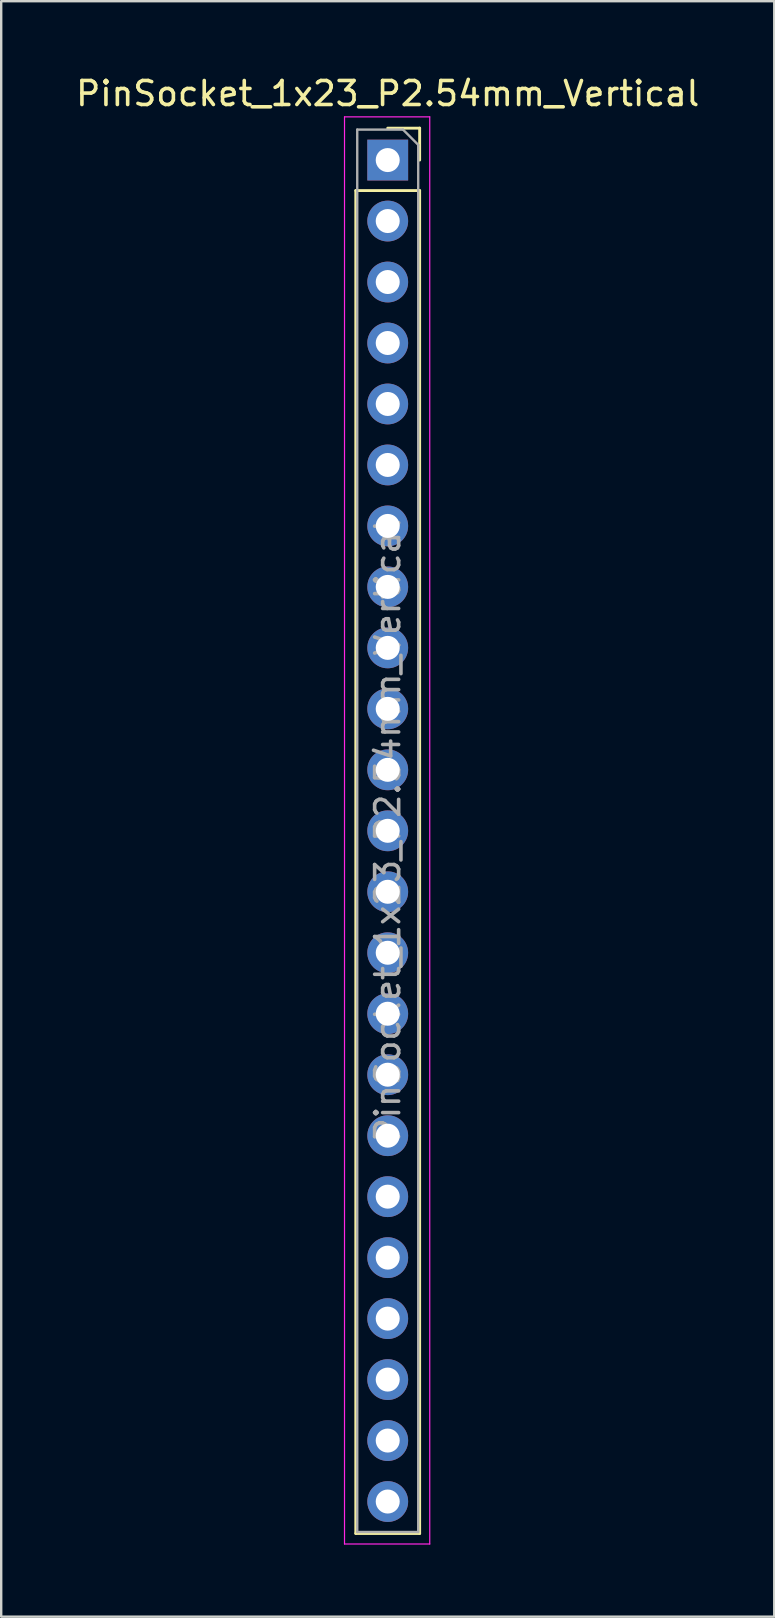
<source format=kicad_pcb>
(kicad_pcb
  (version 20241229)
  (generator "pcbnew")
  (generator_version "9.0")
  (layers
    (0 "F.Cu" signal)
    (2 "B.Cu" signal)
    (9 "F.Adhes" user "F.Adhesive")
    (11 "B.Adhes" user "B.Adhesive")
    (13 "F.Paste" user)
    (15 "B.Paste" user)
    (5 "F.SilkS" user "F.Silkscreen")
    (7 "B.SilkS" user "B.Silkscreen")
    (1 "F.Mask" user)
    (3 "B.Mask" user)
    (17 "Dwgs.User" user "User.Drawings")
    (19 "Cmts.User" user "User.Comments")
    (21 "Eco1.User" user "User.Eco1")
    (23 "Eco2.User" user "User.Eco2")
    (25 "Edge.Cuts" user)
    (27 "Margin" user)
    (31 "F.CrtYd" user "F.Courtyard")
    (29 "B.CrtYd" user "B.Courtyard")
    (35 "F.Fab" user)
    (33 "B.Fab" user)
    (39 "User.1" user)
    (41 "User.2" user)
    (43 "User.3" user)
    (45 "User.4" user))
  (footprint "PinSocket_1x23_P2.54mm_Vertical"
    (layer "F.Cu")
    (at 13.101 3.618)
    (property "Reference" "PinSocket_1x23_P2.54mm_Vertical" (at 0 -2.77 0) (layer "F.SilkS") (effects (font (size 1 1) (thickness 0.15))))
    (attr through_hole)
    (fp_line (start -1.33 1.27) (end -1.33 57.21) (stroke (width 0.12) (type solid)) (layer "F.SilkS"))
    (fp_line (start -1.33 1.27) (end 1.33 1.27) (stroke (width 0.12) (type solid)) (layer "F.SilkS"))
    (fp_line (start -1.33 57.21) (end 1.33 57.21) (stroke (width 0.12) (type solid)) (layer "F.SilkS"))
    (fp_line (start 0 -1.33) (end 1.33 -1.33) (stroke (width 0.12) (type solid)) (layer "F.SilkS"))
    (fp_line (start 1.33 -1.33) (end 1.33 0) (stroke (width 0.12) (type solid)) (layer "F.SilkS"))
    (fp_line (start 1.33 1.27) (end 1.33 57.21) (stroke (width 0.12) (type solid)) (layer "F.SilkS"))
    (fp_line (start -1.8 -1.8) (end 1.75 -1.8) (stroke (width 0.05) (type solid)) (layer "F.CrtYd"))
    (fp_line (start -1.8 57.65) (end -1.8 -1.8) (stroke (width 0.05) (type solid)) (layer "F.CrtYd"))
    (fp_line (start 1.75 -1.8) (end 1.75 57.65) (stroke (width 0.05) (type solid)) (layer "F.CrtYd"))
    (fp_line (start 1.75 57.65) (end -1.8 57.65) (stroke (width 0.05) (type solid)) (layer "F.CrtYd"))
    (fp_line (start -1.27 -1.27) (end 0.635 -1.27) (stroke (width 0.1) (type solid)) (layer "F.Fab"))
    (fp_line (start -1.27 57.15) (end -1.27 -1.27) (stroke (width 0.1) (type solid)) (layer "F.Fab"))
    (fp_line (start 0.635 -1.27) (end 1.27 -0.635) (stroke (width 0.1) (type solid)) (layer "F.Fab"))
    (fp_line (start 1.27 -0.635) (end 1.27 57.15) (stroke (width 0.1) (type solid)) (layer "F.Fab"))
    (fp_line (start 1.27 57.15) (end -1.27 57.15) (stroke (width 0.1) (type solid)) (layer "F.Fab"))
    (fp_text user "${REFERENCE}" (at 0 27.94 90) (layer "F.Fab") (effects (font (size 1 1) (thickness 0.15))))
    (pad "1" thru_hole rect (at 0 0) (size 1.7 1.7) (drill 1) (layers "*.Cu" "*.Mask"))
    (pad "2" thru_hole circle (at 0 2.54) (size 1.7 1.7) (drill 1) (layers "*.Cu" "*.Mask"))
    (pad "3" thru_hole circle (at 0 5.08) (size 1.7 1.7) (drill 1) (layers "*.Cu" "*.Mask"))
    (pad "4" thru_hole circle (at 0 7.62) (size 1.7 1.7) (drill 1) (layers "*.Cu" "*.Mask"))
    (pad "5" thru_hole circle (at 0 10.16) (size 1.7 1.7) (drill 1) (layers "*.Cu" "*.Mask"))
    (pad "6" thru_hole circle (at 0 12.7) (size 1.7 1.7) (drill 1) (layers "*.Cu" "*.Mask"))
    (pad "7" thru_hole circle (at 0 15.24) (size 1.7 1.7) (drill 1) (layers "*.Cu" "*.Mask"))
    (pad "8" thru_hole circle (at 0 17.78) (size 1.7 1.7) (drill 1) (layers "*.Cu" "*.Mask"))
    (pad "9" thru_hole circle (at 0 20.32) (size 1.7 1.7) (drill 1) (layers "*.Cu" "*.Mask"))
    (pad "10" thru_hole circle (at 0 22.86) (size 1.7 1.7) (drill 1) (layers "*.Cu" "*.Mask"))
    (pad "11" thru_hole circle (at 0 25.4) (size 1.7 1.7) (drill 1) (layers "*.Cu" "*.Mask"))
    (pad "12" thru_hole circle (at 0 27.94) (size 1.7 1.7) (drill 1) (layers "*.Cu" "*.Mask"))
    (pad "13" thru_hole circle (at 0 30.48) (size 1.7 1.7) (drill 1) (layers "*.Cu" "*.Mask"))
    (pad "14" thru_hole circle (at 0 33.02) (size 1.7 1.7) (drill 1) (layers "*.Cu" "*.Mask"))
    (pad "15" thru_hole circle (at 0 35.56) (size 1.7 1.7) (drill 1) (layers "*.Cu" "*.Mask"))
    (pad "16" thru_hole circle (at 0 38.1) (size 1.7 1.7) (drill 1) (layers "*.Cu" "*.Mask"))
    (pad "17" thru_hole circle (at 0 40.64) (size 1.7 1.7) (drill 1) (layers "*.Cu" "*.Mask"))
    (pad "18" thru_hole circle (at 0 43.18) (size 1.7 1.7) (drill 1) (layers "*.Cu" "*.Mask"))
    (pad "19" thru_hole circle (at 0 45.72) (size 1.7 1.7) (drill 1) (layers "*.Cu" "*.Mask"))
    (pad "20" thru_hole circle (at 0 48.26) (size 1.7 1.7) (drill 1) (layers "*.Cu" "*.Mask"))
    (pad "21" thru_hole circle (at 0 50.8) (size 1.7 1.7) (drill 1) (layers "*.Cu" "*.Mask"))
    (pad "22" thru_hole circle (at 0 53.34) (size 1.7 1.7) (drill 1) (layers "*.Cu" "*.Mask"))
    (pad "23" thru_hole circle (at 0 55.88) (size 1.7 1.7) (drill 1) (layers "*.Cu" "*.Mask")))
  (gr_rect
    (start -3 -3)
    (end 29.202 64.293)
    (stroke (width 0.1) (type default))
    (fill no)
    (layer "Edge.Cuts")))
</source>
